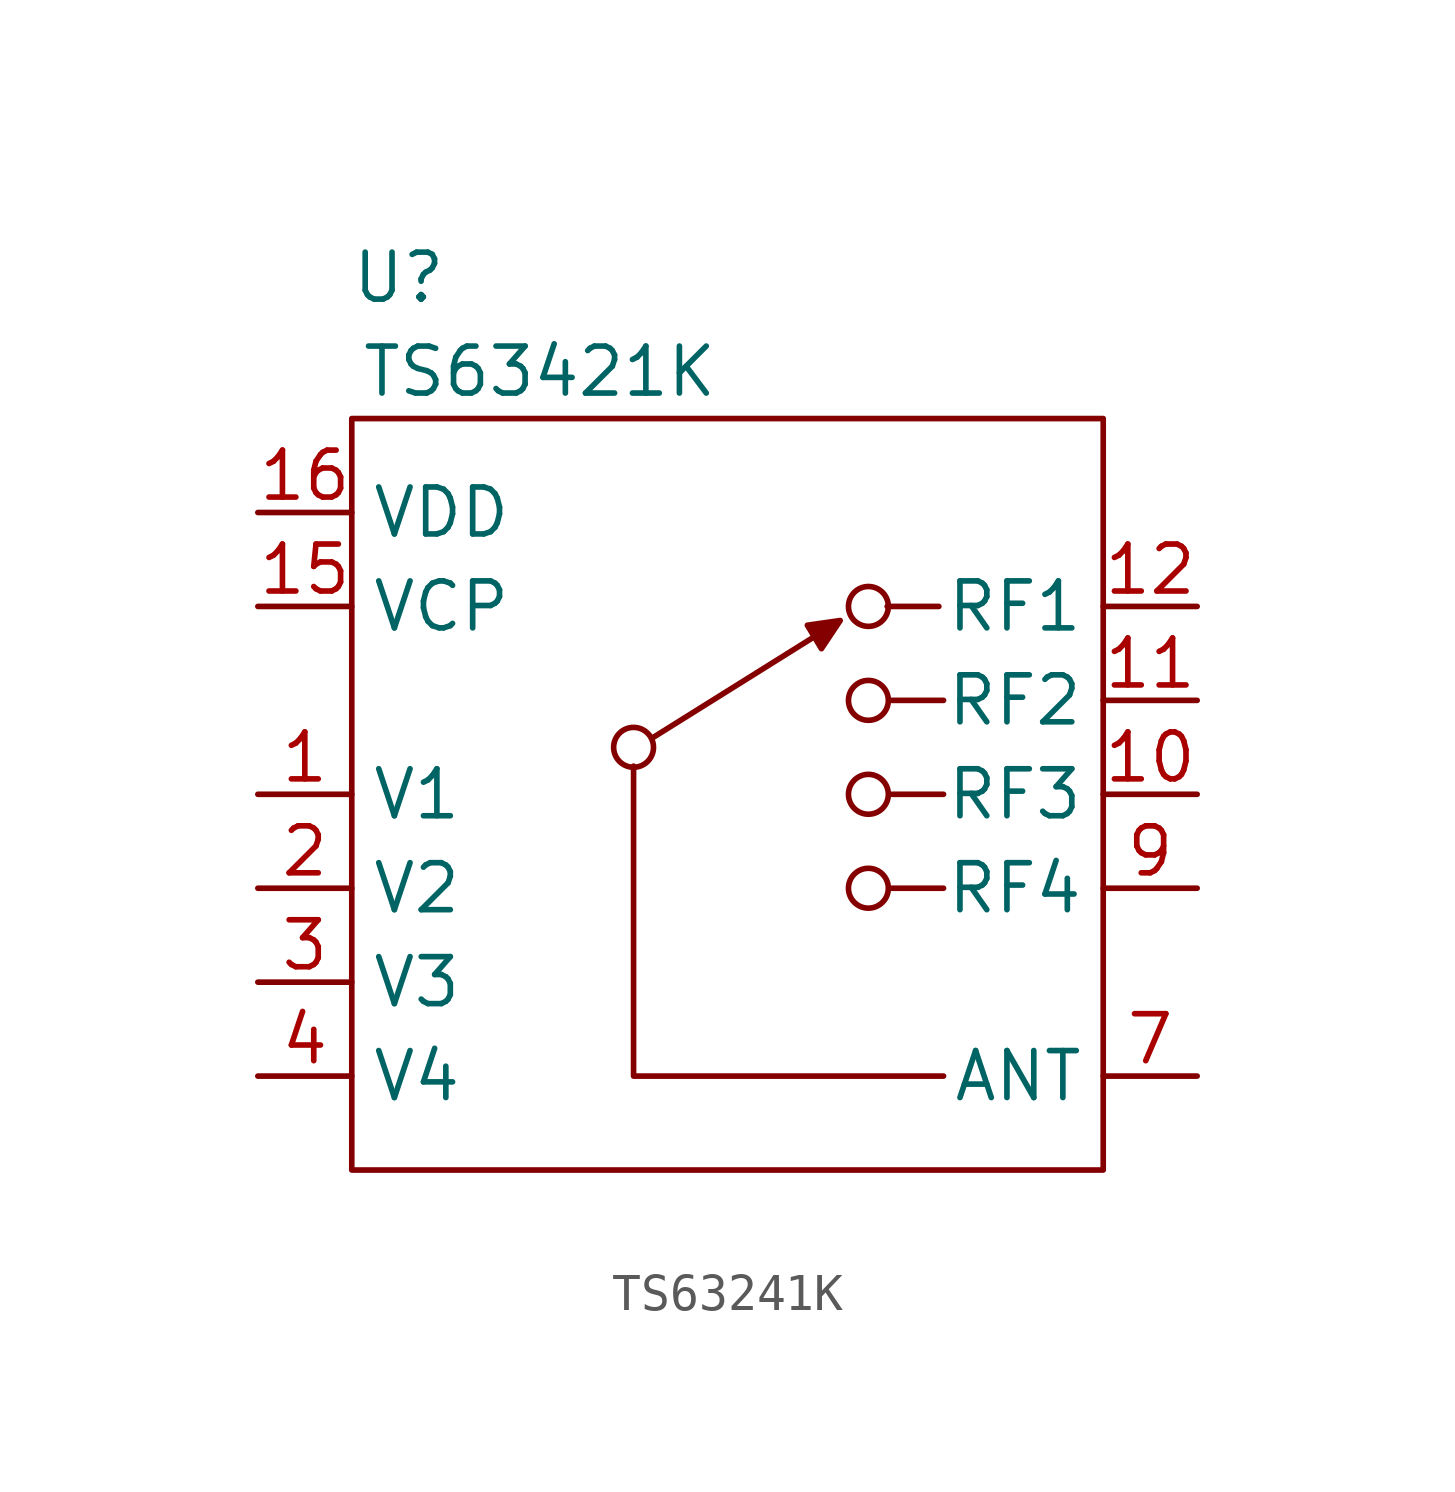
<source format=kicad_sym>
(kicad_symbol_lib
  (version 20220914)
  (generator kicad_symbol_editor)
  (symbol "TS63241K"
    (property "Reference" "U"
      (at -8.89 13.97 0)
      (effects (font (size 1.27 1.27))))
    (property "Value" "TS63421K"
      (at -5.08 11.43 0)
      (effects (font (size 1.27 1.27))))
    (symbol "TS63241K_0_1"
      (circle (center -2.54 1.27) (radius 0.539) (stroke (width 0) (type default)) (fill (type none)))
      (circle (center 3.81 -2.54) (radius 0.539) (stroke (width 0) (type default)) (fill (type none)))
      (circle (center 3.81 0) (radius 0.539) (stroke (width 0) (type default)) (fill (type none)))
      (circle (center 3.81 2.54) (radius 0.539) (stroke (width 0) (type default)) (fill (type none)))
      (circle (center 3.81 5.08) (radius 0.539) (stroke (width 0) (type default)) (fill (type none))))
    (symbol "TS63241K_1_1"
      (rectangle (start -10.16 10.16) (end 10.16 -10.16) (stroke (width 0) (type default)) (fill (type none)))
      (polyline (pts (xy 4.318 5.08) (xy 5.715 5.08)) (stroke (width 0) (type default)) (fill (type none)))
      (polyline (pts (xy 4.445 -2.54) (xy 5.842 -2.54)) (stroke (width 0) (type default)) (fill (type none)))
      (polyline (pts (xy 4.445 0) (xy 5.842 0)) (stroke (width 0) (type default)) (fill (type none)))
      (polyline (pts (xy 4.445 2.54) (xy 5.842 2.54)) (stroke (width 0) (type default)) (fill (type none)))
      (polyline (pts (xy 5.842 -7.62) (xy -1.524 -7.62) (xy -2.54 -7.62) (xy -2.54 0.762)) (stroke (width 0) (type default)) (fill (type none)))
      (polyline (pts (xy -2.032 1.524) (xy 3.048 4.699) (xy 2.159 4.572) (xy 2.54 3.937) (xy 3.048 4.699)) (stroke (width 0) (type default)) (fill (type outline)))
      (pin input line (at -12.7 0 0) (length 2.54) (name "V1" (effects (font (size 1.27 1.27)))) (number "1" (effects (font (size 1.27 1.27)))))
      (pin bidirectional line (at 12.7 0 180) (length 2.54) (name "RF3" (effects (font (size 1.27 1.27)))) (number "10" (effects (font (size 1.27 1.27)))))
      (pin bidirectional line (at 12.7 2.54 180) (length 2.54) (name "RF2" (effects (font (size 1.27 1.27)))) (number "11" (effects (font (size 1.27 1.27)))))
      (pin bidirectional line (at 12.7 5.08 180) (length 2.54) (name "RF1" (effects (font (size 1.27 1.27)))) (number "12" (effects (font (size 1.27 1.27)))))
      (pin power_in line (at -12.7 5.08 0) (length 2.54) (name "VCP" (effects (font (size 1.27 1.27)))) (number "15" (effects (font (size 1.27 1.27)))))
      (pin power_in line (at -12.7 7.62 0) (length 2.54) (name "VDD" (effects (font (size 1.27 1.27)))) (number "16" (effects (font (size 1.27 1.27)))))
      (pin input line (at -12.7 -2.54 0) (length 2.54) (name "V2" (effects (font (size 1.27 1.27)))) (number "2" (effects (font (size 1.27 1.27)))))
      (pin input line (at -12.7 -5.08 0) (length 2.54) (name "V3" (effects (font (size 1.27 1.27)))) (number "3" (effects (font (size 1.27 1.27)))))
      (pin input line (at -12.7 -7.62 0) (length 2.54) (name "V4" (effects (font (size 1.27 1.27)))) (number "4" (effects (font (size 1.27 1.27)))))
      (pin bidirectional line (at 12.7 -7.62 180) (length 2.54) (name "ANT" (effects (font (size 1.27 1.27)))) (number "7" (effects (font (size 1.27 1.27)))))
      (pin bidirectional line (at 12.7 -2.54 180) (length 2.54) (name "RF4" (effects (font (size 1.27 1.27)))) (number "9" (effects (font (size 1.27 1.27))))))))
</source>
